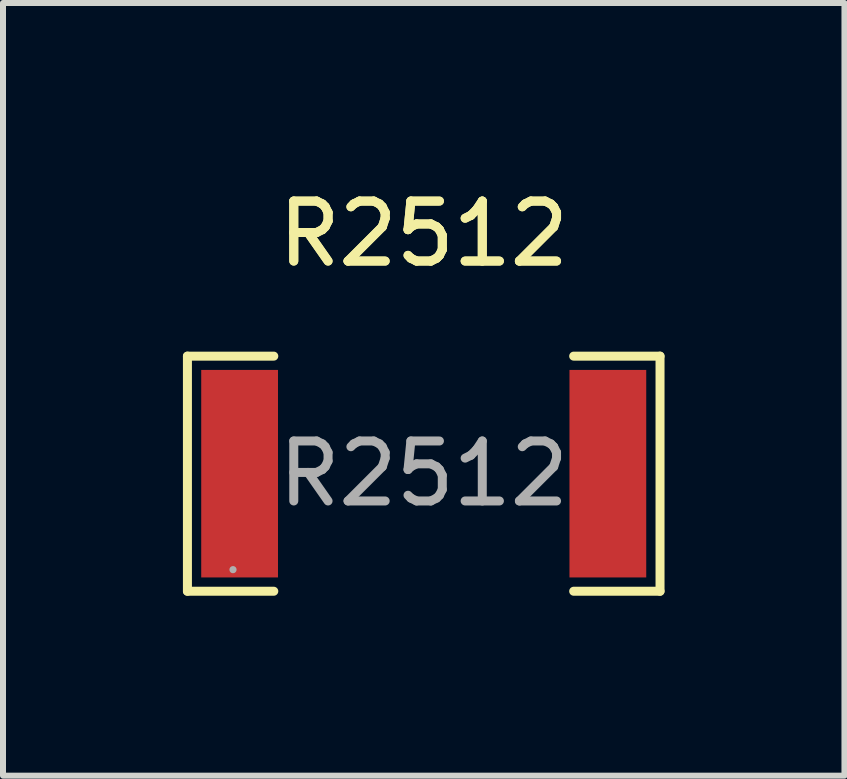
<source format=kicad_pcb>
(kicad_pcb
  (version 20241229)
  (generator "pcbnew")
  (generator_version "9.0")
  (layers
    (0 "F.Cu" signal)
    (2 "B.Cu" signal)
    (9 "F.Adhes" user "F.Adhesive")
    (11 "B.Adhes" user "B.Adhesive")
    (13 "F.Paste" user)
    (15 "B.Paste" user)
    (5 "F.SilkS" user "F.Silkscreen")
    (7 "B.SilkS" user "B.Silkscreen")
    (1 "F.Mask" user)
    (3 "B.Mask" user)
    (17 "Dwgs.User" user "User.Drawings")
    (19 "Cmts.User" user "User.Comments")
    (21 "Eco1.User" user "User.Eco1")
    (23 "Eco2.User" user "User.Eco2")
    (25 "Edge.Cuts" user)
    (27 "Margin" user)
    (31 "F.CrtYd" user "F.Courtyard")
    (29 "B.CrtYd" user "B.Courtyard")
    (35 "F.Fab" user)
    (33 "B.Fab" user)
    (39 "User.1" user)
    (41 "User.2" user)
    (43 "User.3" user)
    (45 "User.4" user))
  (footprint "R2512"
    (layer "F.Cu")
    (at 4.015 4.848)
    (property "Reference" "R2512" (at 0 -4 0) (layer "F.SilkS") (effects (font (size 1 1) (thickness 0.15))))
    (attr through_hole)
    (fp_line (start -3.94 -1.96) (end -2.5 -1.96) (stroke (width 0.15) (type solid)) (layer "F.SilkS"))
    (fp_line (start -3.94 1.96) (end -3.94 -1.96) (stroke (width 0.15) (type solid)) (layer "F.SilkS"))
    (fp_line (start -2.5 1.96) (end -3.94 1.96) (stroke (width 0.15) (type solid)) (layer "F.SilkS"))
    (fp_line (start 2.5 1.96) (end 3.94 1.96) (stroke (width 0.15) (type solid)) (layer "F.SilkS"))
    (fp_line (start 3.94 -1.96) (end 2.5 -1.96) (stroke (width 0.15) (type solid)) (layer "F.SilkS"))
    (fp_line (start 3.94 1.96) (end 3.94 -1.96) (stroke (width 0.15) (type solid)) (layer "F.SilkS"))
    (fp_circle (center -3.18 1.6) (end -3.15 1.6) (stroke (width 0.06) (type solid)) (fill no) (layer "F.Fab"))
    (fp_text user "${REFERENCE}" (at 0 -4 0) (layer "F.SilkS") (effects (font (size 1 1) (thickness 0.15))))
    (fp_text user "${REFERENCE}" (at 0 0 0) (layer "F.Fab") (effects (font (size 1 1) (thickness 0.15))))
    (pad "1" smd rect (at -3.07 0) (size 1.28 3.46) (layers "F.Cu" "F.Mask" "F.Paste"))
    (pad "2" smd rect (at 3.07 0) (size 1.28 3.46) (layers "F.Cu" "F.Mask" "F.Paste")))
  (gr_rect
    (start -3 -3)
    (end 11.03 9.883)
    (stroke (width 0.1) (type default))
    (fill no)
    (layer "Edge.Cuts")))
</source>
